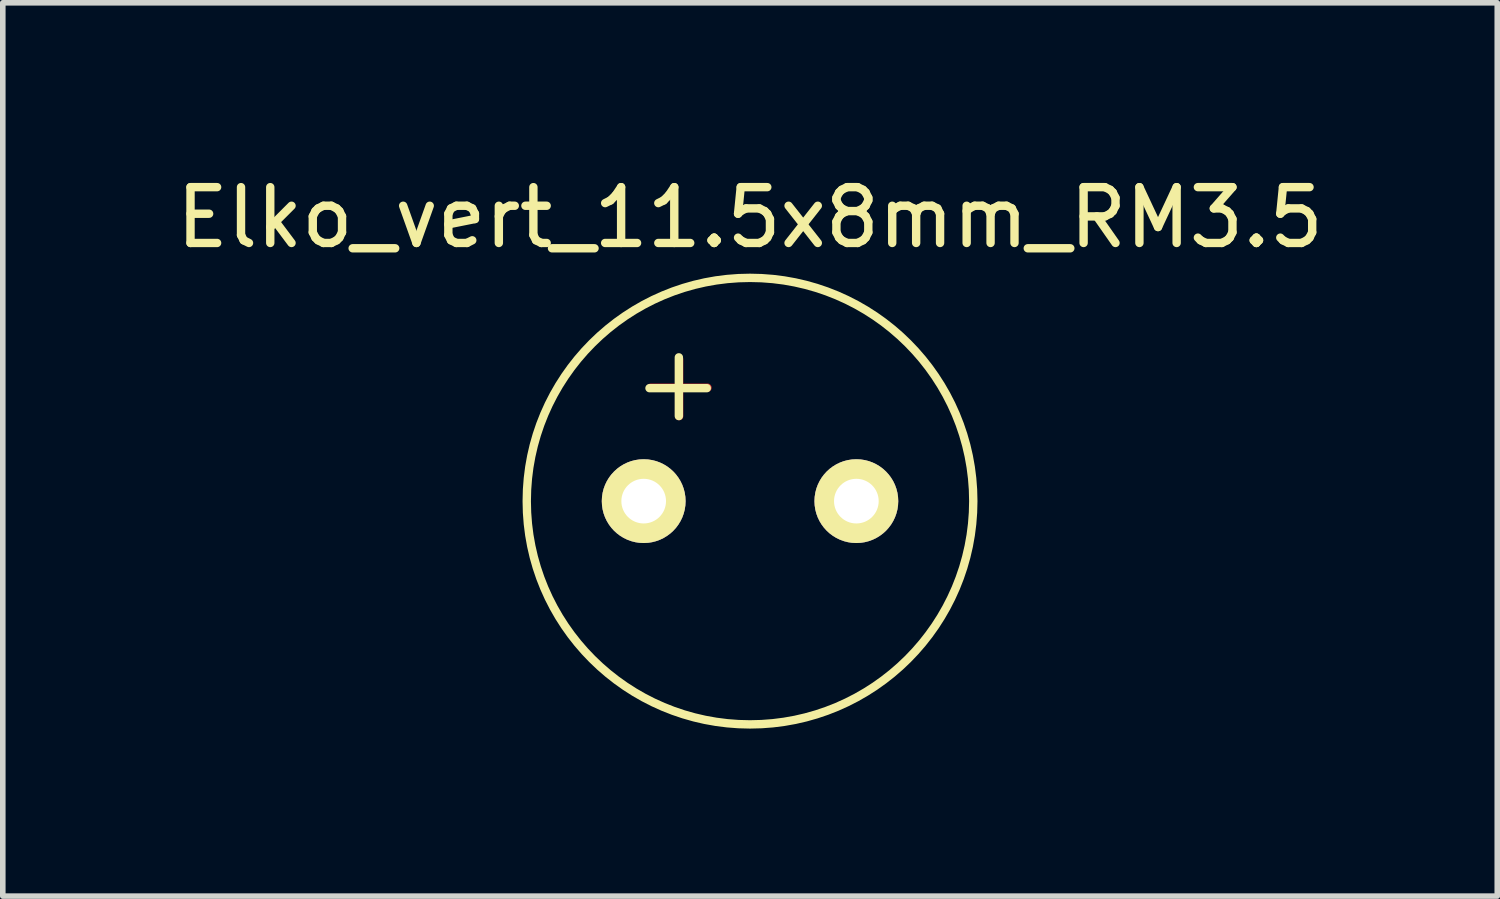
<source format=kicad_pcb>
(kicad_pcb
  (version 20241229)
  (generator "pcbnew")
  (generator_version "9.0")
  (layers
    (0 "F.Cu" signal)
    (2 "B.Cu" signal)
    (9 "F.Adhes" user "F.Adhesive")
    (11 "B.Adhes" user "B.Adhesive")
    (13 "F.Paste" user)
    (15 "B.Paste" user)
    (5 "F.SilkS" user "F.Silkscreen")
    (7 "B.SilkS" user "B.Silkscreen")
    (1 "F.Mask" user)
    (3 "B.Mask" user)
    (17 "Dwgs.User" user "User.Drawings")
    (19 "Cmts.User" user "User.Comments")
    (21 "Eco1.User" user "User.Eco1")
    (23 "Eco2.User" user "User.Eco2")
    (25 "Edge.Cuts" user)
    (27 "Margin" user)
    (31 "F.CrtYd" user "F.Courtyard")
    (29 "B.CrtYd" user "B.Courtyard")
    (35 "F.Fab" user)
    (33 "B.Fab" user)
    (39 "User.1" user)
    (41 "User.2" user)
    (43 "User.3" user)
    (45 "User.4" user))
  (footprint "Elko_vert_11.5x8mm_RM3.5"
    (layer "F.Cu")
    (at 8.482 5.928)
    (property "Reference" "Elko_vert_11.5x8mm_RM3.5" (at 1.905 -5.08 0) (layer "F.SilkS") (effects (font (size 1 1) (thickness 0.15))))
    (attr through_hole)
    (fp_line (start 0.127 -2.032) (end 1.143 -2.032) (stroke (width 0.15) (type solid)) (layer "F.Cu"))
    (fp_line (start 0.635 -2.54) (end 0.635 -1.524) (stroke (width 0.15) (type solid)) (layer "F.Cu"))
    (fp_line (start 0.104 -2.024) (end 1.13 -2.024) (stroke (width 0.15) (type solid)) (layer "F.SilkS"))
    (fp_line (start 0.63 -2.576) (end 0.63 -1.524) (stroke (width 0.15) (type solid)) (layer "F.SilkS"))
    (fp_circle (center 1.905 0) (end 5.905 0) (stroke (width 0.15) (type solid)) (fill no) (layer "F.SilkS"))
    (pad "1" thru_hole circle (at 0 0) (size 1.501 1.501) (drill 0.8) (layers "*.Cu" "*.Mask" "F.SilkS"))
    (pad "2" thru_hole circle (at 3.81 0) (size 1.501 1.501) (drill 0.8) (layers "*.Cu" "*.Mask" "F.SilkS")))
  (gr_rect
    (start -3 -3)
    (end 23.774 13.004)
    (stroke (width 0.1) (type default))
    (fill no)
    (layer "Edge.Cuts")))
</source>
